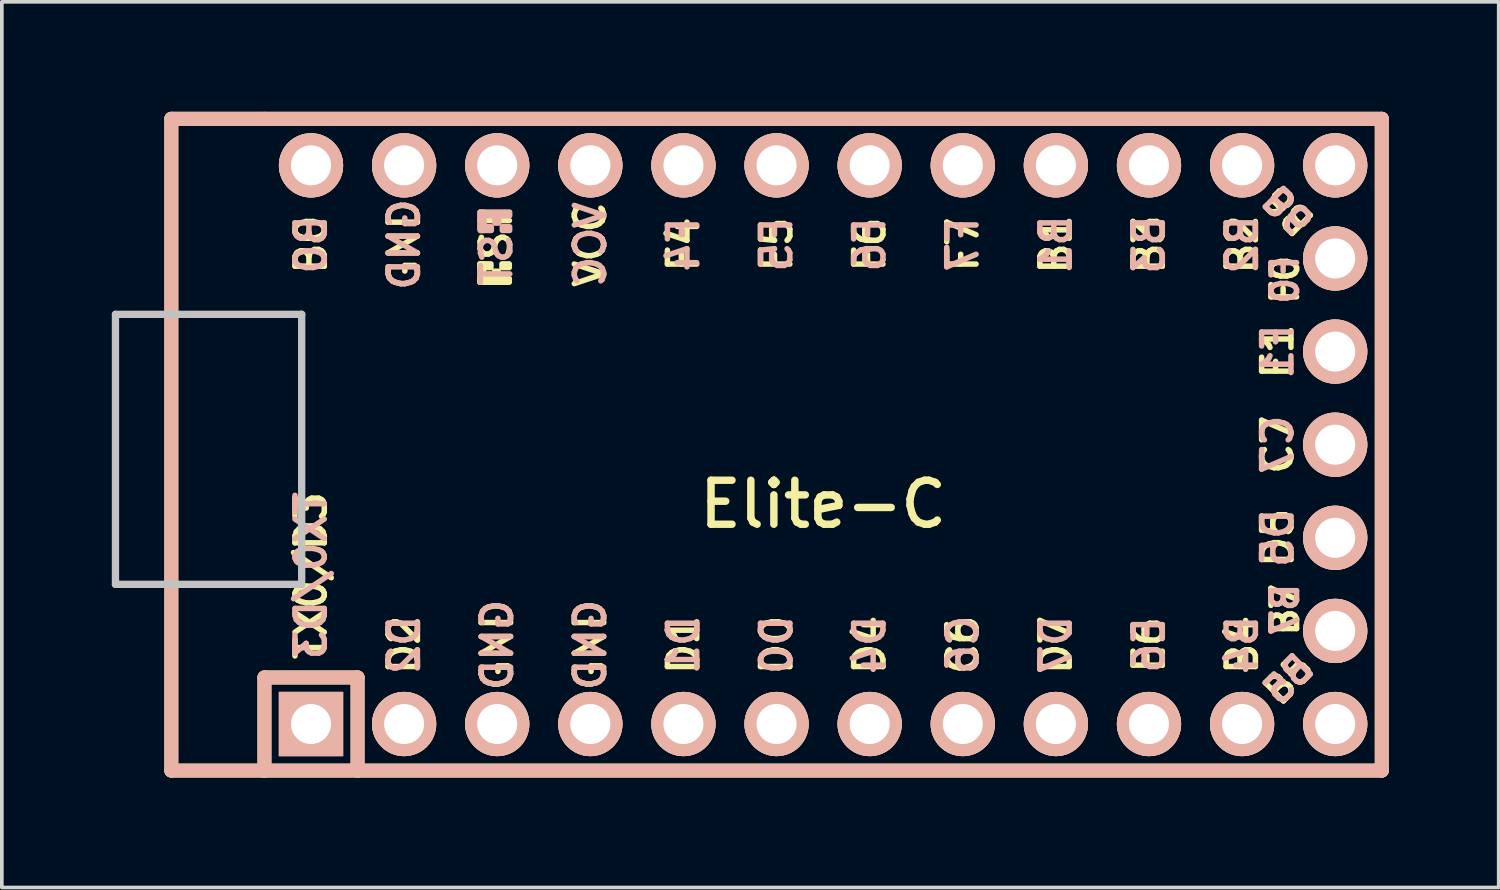
<source format=kicad_pcb>
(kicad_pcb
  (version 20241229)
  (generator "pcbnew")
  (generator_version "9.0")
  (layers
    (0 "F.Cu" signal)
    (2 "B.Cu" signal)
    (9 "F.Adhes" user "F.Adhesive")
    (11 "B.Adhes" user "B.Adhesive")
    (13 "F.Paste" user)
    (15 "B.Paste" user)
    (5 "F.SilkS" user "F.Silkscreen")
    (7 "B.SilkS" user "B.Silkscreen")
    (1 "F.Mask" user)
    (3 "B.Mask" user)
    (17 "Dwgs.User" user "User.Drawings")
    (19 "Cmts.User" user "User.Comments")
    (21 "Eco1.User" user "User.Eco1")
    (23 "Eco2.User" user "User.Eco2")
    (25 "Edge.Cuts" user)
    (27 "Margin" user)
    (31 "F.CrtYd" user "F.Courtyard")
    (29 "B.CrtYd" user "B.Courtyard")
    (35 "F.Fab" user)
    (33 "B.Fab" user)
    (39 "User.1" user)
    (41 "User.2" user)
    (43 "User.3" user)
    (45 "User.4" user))
  (footprint "Elite-C"
    (layer "F.Cu")
    (at 19.404 9.081)
    (property "Reference" "Elite-C" (at 0 1.625 0) (layer "F.SilkS") (effects (font (size 1.2 1.2) (thickness 0.203))))
    (attr through_hole)
    (fp_line (start -17.78 -8.89) (end -17.78 8.89) (stroke (width 0.381) (type solid)) (layer "F.SilkS"))
    (fp_line (start -17.78 8.89) (end -15.24 8.89) (stroke (width 0.381) (type solid)) (layer "F.SilkS"))
    (fp_line (start -15.24 -8.89) (end -17.78 -8.89) (stroke (width 0.381) (type solid)) (layer "F.SilkS"))
    (fp_line (start -15.24 6.35) (end -15.24 8.89) (stroke (width 0.381) (type solid)) (layer "F.SilkS"))
    (fp_line (start -15.24 6.35) (end -12.7 6.35) (stroke (width 0.381) (type solid)) (layer "F.SilkS"))
    (fp_line (start -15.24 8.89) (end 15.24 8.89) (stroke (width 0.381) (type solid)) (layer "F.SilkS"))
    (fp_line (start -12.7 6.35) (end -12.7 8.89) (stroke (width 0.381) (type solid)) (layer "F.SilkS"))
    (fp_line (start 15.24 -8.89) (end -15.24 -8.89) (stroke (width 0.381) (type solid)) (layer "F.SilkS"))
    (fp_line (start 15.24 8.89) (end 15.24 -8.89) (stroke (width 0.381) (type solid)) (layer "F.SilkS"))
    (fp_poly (pts (xy -9.361 -4.932) (xy -9.261 -4.932) (xy -9.261 -4.432) (xy -9.361 -4.432)) (stroke (width 0.15) (type solid)) (fill yes) (layer "F.SilkS"))
    (fp_poly (pts (xy -9.361 -4.932) (xy -9.061 -4.932) (xy -9.061 -4.832) (xy -9.361 -4.832)) (stroke (width 0.15) (type solid)) (fill yes) (layer "F.SilkS"))
    (fp_poly (pts (xy -9.361 -4.532) (xy -8.561 -4.532) (xy -8.561 -4.432) (xy -9.361 -4.432)) (stroke (width 0.15) (type solid)) (fill yes) (layer "F.SilkS"))
    (fp_poly (pts (xy -8.961 -4.732) (xy -8.861 -4.732) (xy -8.861 -4.632) (xy -8.961 -4.632)) (stroke (width 0.15) (type solid)) (fill yes) (layer "F.SilkS"))
    (fp_poly (pts (xy -8.761 -4.932) (xy -8.561 -4.932) (xy -8.561 -4.832) (xy -8.761 -4.832)) (stroke (width 0.15) (type solid)) (fill yes) (layer "F.SilkS"))
    (fp_line (start -17.78 -8.89) (end -17.78 8.89) (stroke (width 0.381) (type solid)) (layer "B.SilkS"))
    (fp_line (start -17.78 8.89) (end 15.24 8.89) (stroke (width 0.381) (type solid)) (layer "B.SilkS"))
    (fp_line (start -15.24 6.35) (end -15.24 8.89) (stroke (width 0.381) (type solid)) (layer "B.SilkS"))
    (fp_line (start -15.24 6.35) (end -12.7 6.35) (stroke (width 0.381) (type solid)) (layer "B.SilkS"))
    (fp_line (start -12.7 6.35) (end -12.7 8.89) (stroke (width 0.381) (type solid)) (layer "B.SilkS"))
    (fp_line (start 15.24 -8.89) (end -17.78 -8.89) (stroke (width 0.381) (type solid)) (layer "B.SilkS"))
    (fp_line (start 15.24 8.89) (end 15.24 -8.89) (stroke (width 0.381) (type solid)) (layer "B.SilkS"))
    (fp_poly (pts (xy -9.351 -6.245) (xy -8.551 -6.245) (xy -8.551 -6.345) (xy -9.351 -6.345)) (stroke (width 0.15) (type solid)) (fill yes) (layer "B.SilkS"))
    (fp_poly (pts (xy -9.351 -5.845) (xy -9.251 -5.845) (xy -9.251 -6.345) (xy -9.351 -6.345)) (stroke (width 0.15) (type solid)) (fill yes) (layer "B.SilkS"))
    (fp_poly (pts (xy -9.351 -5.845) (xy -9.051 -5.845) (xy -9.051 -5.945) (xy -9.351 -5.945)) (stroke (width 0.15) (type solid)) (fill yes) (layer "B.SilkS"))
    (fp_poly (pts (xy -8.951 -6.045) (xy -8.851 -6.045) (xy -8.851 -6.145) (xy -8.951 -6.145)) (stroke (width 0.15) (type solid)) (fill yes) (layer "B.SilkS"))
    (fp_poly (pts (xy -8.751 -5.845) (xy -8.551 -5.845) (xy -8.551 -5.945) (xy -8.751 -5.945)) (stroke (width 0.15) (type solid)) (fill yes) (layer "B.SilkS"))
    (fp_line (start -19.304 -3.556) (end -14.224 -3.556) (stroke (width 0.2) (type solid)) (layer "Dwgs.User"))
    (fp_line (start -19.304 3.81) (end -19.304 -3.556) (stroke (width 0.2) (type solid)) (layer "Dwgs.User"))
    (fp_line (start -14.224 -3.556) (end -14.224 3.81) (stroke (width 0.2) (type solid)) (layer "Dwgs.User"))
    (fp_line (start -14.224 3.81) (end -19.304 3.81) (stroke (width 0.2) (type solid)) (layer "Dwgs.User"))
    (fp_text user "D7" (at 6.35 5.461 90) (layer "F.SilkS") (effects (font (size 0.8 0.8) (thickness 0.15))))
    (fp_text user "D2" (at -11.43 5.461 90) (layer "F.SilkS") (effects (font (size 0.8 0.8) (thickness 0.15))))
    (fp_text user "F0" (at 12.6 -4.5 90) (layer "F.SilkS") (effects (font (size 0.7 0.7) (thickness 0.15))))
    (fp_text user "B0" (at -13.97 -5.461 90) (layer "F.SilkS") (effects (font (size 0.8 0.8) (thickness 0.15))))
    (fp_text user "E6" (at 8.89 5.461 90) (layer "F.SilkS") (effects (font (size 0.8 0.8) (thickness 0.15))))
    (fp_text user "B4" (at 11.43 5.461 90) (layer "F.SilkS") (effects (font (size 0.8 0.8) (thickness 0.15))))
    (fp_text user "B5" (at 12.7 6.4 45) (layer "F.SilkS") (effects (font (size 0.7 0.7) (thickness 0.15))))
    (fp_text user "C6" (at 3.81 5.461 90) (layer "F.SilkS") (effects (font (size 0.8 0.8) (thickness 0.15))))
    (fp_text user "B7" (at 12.6 4.5 90) (layer "F.SilkS") (effects (font (size 0.7 0.7) (thickness 0.15))))
    (fp_text user "B3" (at 8.89 -5.461 90) (layer "F.SilkS") (effects (font (size 0.8 0.8) (thickness 0.15))))
    (fp_text user "B1" (at 6.35 -5.461 90) (layer "F.SilkS") (effects (font (size 0.8 0.8) (thickness 0.15))))
    (fp_text user "C7" (at 12.4 0 90) (layer "F.SilkS") (effects (font (size 0.8 0.8) (thickness 0.15))))
    (fp_text user "GND" (at -6.35 5.461 90) (layer "F.SilkS") (effects (font (size 0.8 0.8) (thickness 0.15))))
    (fp_text user "D4" (at 1.27 5.461 90) (layer "F.SilkS") (effects (font (size 0.8 0.8) (thickness 0.15))))
    (fp_text user "GND" (at -8.89 5.461 90) (layer "F.SilkS") (effects (font (size 0.8 0.8) (thickness 0.15))))
    (fp_text user "ST" (at -8.92 -5.733 90) (layer "F.SilkS") (effects (font (size 0.8 0.8) (thickness 0.15))))
    (fp_text user "F1" (at 12.4 -2.54 90) (layer "F.SilkS") (effects (font (size 0.8 0.8) (thickness 0.15))))
    (fp_text user "F4" (at -3.81 -5.461 90) (layer "F.SilkS") (effects (font (size 0.8 0.8) (thickness 0.15))))
    (fp_text user "B6" (at 12.7 -6.4 135) (unlocked yes) (layer "F.SilkS") (effects (font (size 0.7 0.7) (thickness 0.15))))
    (fp_text user "GND" (at -11.43 -5.461 90) (layer "F.SilkS") (effects (font (size 0.8 0.8) (thickness 0.15))))
    (fp_text user "F6" (at 1.27 -5.461 90) (layer "F.SilkS") (effects (font (size 0.8 0.8) (thickness 0.15))))
    (fp_text user "D1" (at -3.81 5.461 90) (layer "F.SilkS") (effects (font (size 0.8 0.8) (thickness 0.15))))
    (fp_text user "B2" (at 11.43 -5.461 90) (layer "F.SilkS") (effects (font (size 0.8 0.8) (thickness 0.15))))
    (fp_text user "D0" (at -1.27 5.461 90) (layer "F.SilkS") (effects (font (size 0.8 0.8) (thickness 0.15))))
    (fp_text user "D5" (at 12.4 2.54 90) (layer "F.SilkS") (effects (font (size 0.8 0.8) (thickness 0.15))))
    (fp_text user "F5" (at -1.27 -5.461 90) (layer "F.SilkS") (effects (font (size 0.8 0.8) (thickness 0.15))))
    (fp_text user "F7" (at 3.81 -5.461 90) (layer "F.SilkS") (effects (font (size 0.8 0.8) (thickness 0.15))))
    (fp_text user "VCC" (at -6.35 -5.461 90) (layer "F.SilkS") (effects (font (size 0.8 0.8) (thickness 0.15))))
    (fp_text user "TX0/D3" (at -13.97 3.572 90) (layer "F.SilkS") (effects (font (size 0.8 0.8) (thickness 0.15))))
    (fp_text user "F7" (at 3.81 -5.461 90) (layer "B.SilkS") (effects (font (size 0.8 0.8) (thickness 0.15)) (justify mirror)))
    (fp_text user "D0" (at -1.27 5.461 90) (layer "B.SilkS") (effects (font (size 0.8 0.8) (thickness 0.15)) (justify mirror)))
    (fp_text user "F6" (at 1.27 -5.461 90) (layer "B.SilkS") (effects (font (size 0.8 0.8) (thickness 0.15)) (justify mirror)))
    (fp_text user "F5" (at -1.27 -5.461 90) (layer "B.SilkS") (effects (font (size 0.8 0.8) (thickness 0.15)) (justify mirror)))
    (fp_text user "B4" (at 11.43 5.461 90) (layer "B.SilkS") (effects (font (size 0.8 0.8) (thickness 0.15)) (justify mirror)))
    (fp_text user "B7" (at 12.6 4.5 90) (layer "B.SilkS") (effects (font (size 0.7 0.7) (thickness 0.15)) (justify mirror)))
    (fp_text user "B1" (at 6.35 -5.461 90) (layer "B.SilkS") (effects (font (size 0.8 0.8) (thickness 0.15)) (justify mirror)))
    (fp_text user "D4" (at 1.27 5.461 90) (layer "B.SilkS") (effects (font (size 0.8 0.8) (thickness 0.15)) (justify mirror)))
    (fp_text user "B5" (at 12.7 6.4 45) (layer "B.SilkS") (effects (font (size 0.7 0.7) (thickness 0.15)) (justify mirror)))
    (fp_text user "B6" (at 12.7 -6.4 135) (unlocked yes) (layer "B.SilkS") (effects (font (size 0.7 0.7) (thickness 0.15)) (justify mirror)))
    (fp_text user "VCC" (at -6.35 -5.461 90) (layer "B.SilkS") (effects (font (size 0.8 0.8) (thickness 0.15)) (justify mirror)))
    (fp_text user "F0" (at 12.6 -4.5 90) (layer "B.SilkS") (effects (font (size 0.7 0.7) (thickness 0.15)) (justify mirror)))
    (fp_text user "B3" (at 8.89 -5.461 90) (layer "B.SilkS") (effects (font (size 0.8 0.8) (thickness 0.15)) (justify mirror)))
    (fp_text user "F1" (at 12.4 -2.54 90) (layer "B.SilkS") (effects (font (size 0.8 0.8) (thickness 0.15)) (justify mirror)))
    (fp_text user "D5" (at 12.4 2.54 90) (layer "B.SilkS") (effects (font (size 0.8 0.8) (thickness 0.15)) (justify mirror)))
    (fp_text user "E6" (at 8.89 5.461 90) (layer "B.SilkS") (effects (font (size 0.8 0.8) (thickness 0.15)) (justify mirror)))
    (fp_text user "GND" (at -6.35 5.461 90) (layer "B.SilkS") (effects (font (size 0.8 0.8) (thickness 0.15)) (justify mirror)))
    (fp_text user "GND" (at -11.43 -5.461 90) (layer "B.SilkS") (effects (font (size 0.8 0.8) (thickness 0.15)) (justify mirror)))
    (fp_text user "C7" (at 12.4 0 90) (layer "B.SilkS") (effects (font (size 0.8 0.8) (thickness 0.15)) (justify mirror)))
    (fp_text user "D2" (at -11.43 5.461 90) (layer "B.SilkS") (effects (font (size 0.8 0.8) (thickness 0.15)) (justify mirror)))
    (fp_text user "ST" (at -8.91 -5.04 90) (layer "B.SilkS") (effects (font (size 0.8 0.8) (thickness 0.15)) (justify mirror)))
    (fp_text user "TX0/D3" (at -13.97 3.572 90) (layer "B.SilkS") (effects (font (size 0.8 0.8) (thickness 0.15)) (justify mirror)))
    (fp_text user "F4" (at -3.81 -5.461 90) (layer "B.SilkS") (effects (font (size 0.8 0.8) (thickness 0.15)) (justify mirror)))
    (fp_text user "C6" (at 3.81 5.461 90) (layer "B.SilkS") (effects (font (size 0.8 0.8) (thickness 0.15)) (justify mirror)))
    (fp_text user "D1" (at -3.81 5.461 90) (layer "B.SilkS") (effects (font (size 0.8 0.8) (thickness 0.15)) (justify mirror)))
    (fp_text user "B2" (at 11.43 -5.461 90) (layer "B.SilkS") (effects (font (size 0.8 0.8) (thickness 0.15)) (justify mirror)))
    (fp_text user "B0" (at -13.97 -5.461 90) (layer "B.SilkS") (effects (font (size 0.8 0.8) (thickness 0.15)) (justify mirror)))
    (fp_text user "GND" (at -8.89 5.461 90) (layer "B.SilkS") (effects (font (size 0.8 0.8) (thickness 0.15)) (justify mirror)))
    (fp_text user "D7" (at 6.35 5.461 90) (layer "B.SilkS") (effects (font (size 0.8 0.8) (thickness 0.15)) (justify mirror)))
    (pad "1" thru_hole rect (at -13.97 7.62) (size 1.753 1.753) (drill 1.092) (layers "*.Cu" "*.SilkS" "*.Mask"))
    (pad "2" thru_hole circle (at -11.43 7.62) (size 1.753 1.753) (drill 1.092) (layers "*.Cu" "*.SilkS" "*.Mask"))
    (pad "3" thru_hole circle (at -8.89 7.62) (size 1.753 1.753) (drill 1.092) (layers "*.Cu" "*.SilkS" "*.Mask"))
    (pad "4" thru_hole circle (at -6.35 7.62) (size 1.753 1.753) (drill 1.092) (layers "*.Cu" "*.SilkS" "*.Mask"))
    (pad "5" thru_hole circle (at -3.81 7.62) (size 1.753 1.753) (drill 1.092) (layers "*.Cu" "*.SilkS" "*.Mask"))
    (pad "6" thru_hole circle (at -1.27 7.62) (size 1.753 1.753) (drill 1.092) (layers "*.Cu" "*.SilkS" "*.Mask"))
    (pad "7" thru_hole circle (at 1.27 7.62) (size 1.753 1.753) (drill 1.092) (layers "*.Cu" "*.SilkS" "*.Mask"))
    (pad "8" thru_hole circle (at 3.81 7.62) (size 1.753 1.753) (drill 1.092) (layers "*.Cu" "*.SilkS" "*.Mask"))
    (pad "9" thru_hole circle (at 6.35 7.62) (size 1.753 1.753) (drill 1.092) (layers "*.Cu" "*.SilkS" "*.Mask"))
    (pad "10" thru_hole circle (at 8.89 7.62) (size 1.753 1.753) (drill 1.092) (layers "*.Cu" "*.SilkS" "*.Mask"))
    (pad "11" thru_hole circle (at 11.43 7.62) (size 1.753 1.753) (drill 1.092) (layers "*.Cu" "*.SilkS" "*.Mask"))
    (pad "12" thru_hole circle (at 13.97 7.62) (size 1.753 1.753) (drill 1.092) (layers "*.Cu" "*.SilkS" "*.Mask"))
    (pad "13" thru_hole circle (at 13.97 -7.62) (size 1.753 1.753) (drill 1.092) (layers "*.Cu" "*.SilkS" "*.Mask"))
    (pad "14" thru_hole circle (at 11.43 -7.62) (size 1.753 1.753) (drill 1.092) (layers "*.Cu" "*.SilkS" "*.Mask"))
    (pad "15" thru_hole circle (at 8.89 -7.62) (size 1.753 1.753) (drill 1.092) (layers "*.Cu" "*.SilkS" "*.Mask"))
    (pad "16" thru_hole circle (at 6.35 -7.62) (size 1.753 1.753) (drill 1.092) (layers "*.Cu" "*.SilkS" "*.Mask"))
    (pad "17" thru_hole circle (at 3.81 -7.62) (size 1.753 1.753) (drill 1.092) (layers "*.Cu" "*.SilkS" "*.Mask"))
    (pad "18" thru_hole circle (at 1.27 -7.62) (size 1.753 1.753) (drill 1.092) (layers "*.Cu" "*.SilkS" "*.Mask"))
    (pad "19" thru_hole circle (at -1.27 -7.62) (size 1.753 1.753) (drill 1.092) (layers "*.Cu" "*.SilkS" "*.Mask"))
    (pad "20" thru_hole circle (at -3.81 -7.62) (size 1.753 1.753) (drill 1.092) (layers "*.Cu" "*.SilkS" "*.Mask"))
    (pad "21" thru_hole circle (at -6.35 -7.62) (size 1.753 1.753) (drill 1.092) (layers "*.Cu" "*.SilkS" "*.Mask"))
    (pad "22" thru_hole circle (at -8.89 -7.62) (size 1.753 1.753) (drill 1.092) (layers "*.Cu" "*.SilkS" "*.Mask"))
    (pad "23" thru_hole circle (at -11.43 -7.62) (size 1.753 1.753) (drill 1.092) (layers "*.Cu" "*.SilkS" "*.Mask"))
    (pad "24" thru_hole circle (at -13.97 -7.62) (size 1.753 1.753) (drill 1.092) (layers "*.Cu" "*.SilkS" "*.Mask"))
    (pad "25" thru_hole circle (at 13.97 5.08) (size 1.753 1.753) (drill 1.092) (layers "*.Cu" "*.SilkS" "*.Mask"))
    (pad "26" thru_hole circle (at 13.97 2.54) (size 1.753 1.753) (drill 1.092) (layers "*.Cu" "*.SilkS" "*.Mask"))
    (pad "27" thru_hole circle (at 13.97 0) (size 1.753 1.753) (drill 1.092) (layers "*.Cu" "*.SilkS" "*.Mask"))
    (pad "28" thru_hole circle (at 13.97 -2.54) (size 1.753 1.753) (drill 1.092) (layers "*.Cu" "*.SilkS" "*.Mask"))
    (pad "29" thru_hole circle (at 13.97 -5.08) (size 1.753 1.753) (drill 1.092) (layers "*.Cu" "*.SilkS" "*.Mask")))
  (gr_rect
    (start -3 -3)
    (end 37.834 21.161)
    (stroke (width 0.1) (type default))
    (fill no)
    (layer "Edge.Cuts")))
</source>
